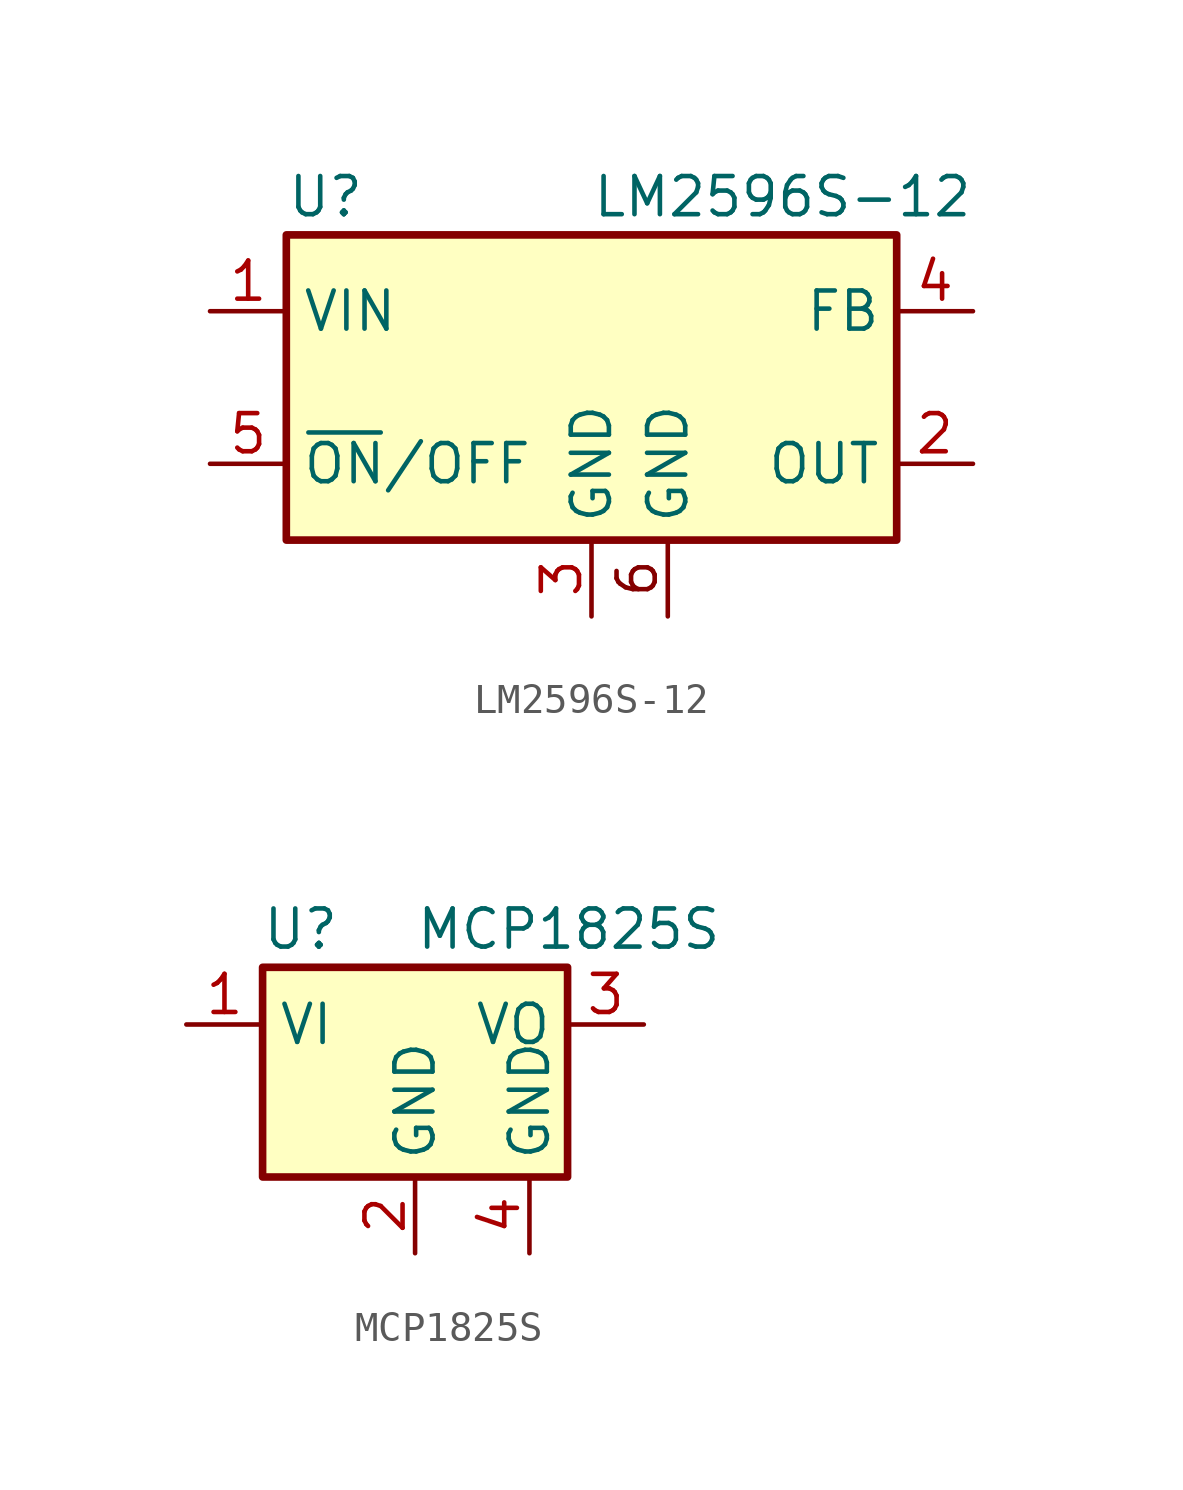
<source format=kicad_sym>
(kicad_symbol_lib
  (version 20231120)
  (generator "kicad_symbol_editor")
  (generator_version "8.0")
  (symbol "LM2596S-12"
    (property "Reference" "U"
      (at -10.16 6.35 0)
      (effects (font (size 1.27 1.27)) (justify left)))
    (property "Value" "LM2596S-12"
      (at 0 6.35 0)
      (effects (font (size 1.27 1.27)) (justify left)))
    (symbol "LM2596S-12_0_1"
      (rectangle (start -10.16 5.08) (end 10.16 -5.08) (stroke (width 0.254) (type default)) (fill (type background))))
    (symbol "LM2596S-12_1_1"
      (text "6" (at 1.524 -6.35 900) (effects (font (size 1.27 1.27))))
      (pin power_in line (at 2.54 -7.62 90) (length 2.54) (name "GND" (effects (font (size 1.27 1.27)))) (number "" (effects (font (size 1.27 1.27)))))
      (pin power_in line (at -12.7 2.54 0) (length 2.54) (name "VIN" (effects (font (size 1.27 1.27)))) (number "1" (effects (font (size 1.27 1.27)))))
      (pin output line (at 12.7 -2.54 180) (length 2.54) (name "OUT" (effects (font (size 1.27 1.27)))) (number "2" (effects (font (size 1.27 1.27)))))
      (pin power_in line (at 0 -7.62 90) (length 2.54) (name "GND" (effects (font (size 1.27 1.27)))) (number "3" (effects (font (size 1.27 1.27)))))
      (pin input line (at 12.7 2.54 180) (length 2.54) (name "FB" (effects (font (size 1.27 1.27)))) (number "4" (effects (font (size 1.27 1.27)))))
      (pin input line (at -12.7 -2.54 0) (length 2.54) (name "~{ON}/OFF" (effects (font (size 1.27 1.27)))) (number "5" (effects (font (size 1.27 1.27)))))))
  (symbol "MCP1825S"
    (property "Reference" "U"
      (at -3.81 3.175 0)
      (effects (font (size 1.27 1.27))))
    (property "Value" "MCP1825S"
      (at 0 3.175 0)
      (effects (font (size 1.27 1.27)) (justify left)))
    (symbol "MCP1825S_0_1"
      (rectangle (start -5.08 1.905) (end 5.08 -5.08) (stroke (width 0.254) (type default)) (fill (type background))))
    (symbol "MCP1825S_1_1"
      (pin power_in line (at -7.62 0 0) (length 2.54) (name "VI" (effects (font (size 1.27 1.27)))) (number "1" (effects (font (size 1.27 1.27)))))
      (pin power_in line (at 0 -7.62 90) (length 2.54) (name "GND" (effects (font (size 1.27 1.27)))) (number "2" (effects (font (size 1.27 1.27)))))
      (pin power_out line (at 7.62 0 180) (length 2.54) (name "VO" (effects (font (size 1.27 1.27)))) (number "3" (effects (font (size 1.27 1.27)))))
      (pin power_in line (at 3.81 -7.62 90) (length 2.54) (name "GND" (effects (font (size 1.27 1.27)))) (number "4" (effects (font (size 1.27 1.27))))))))
</source>
